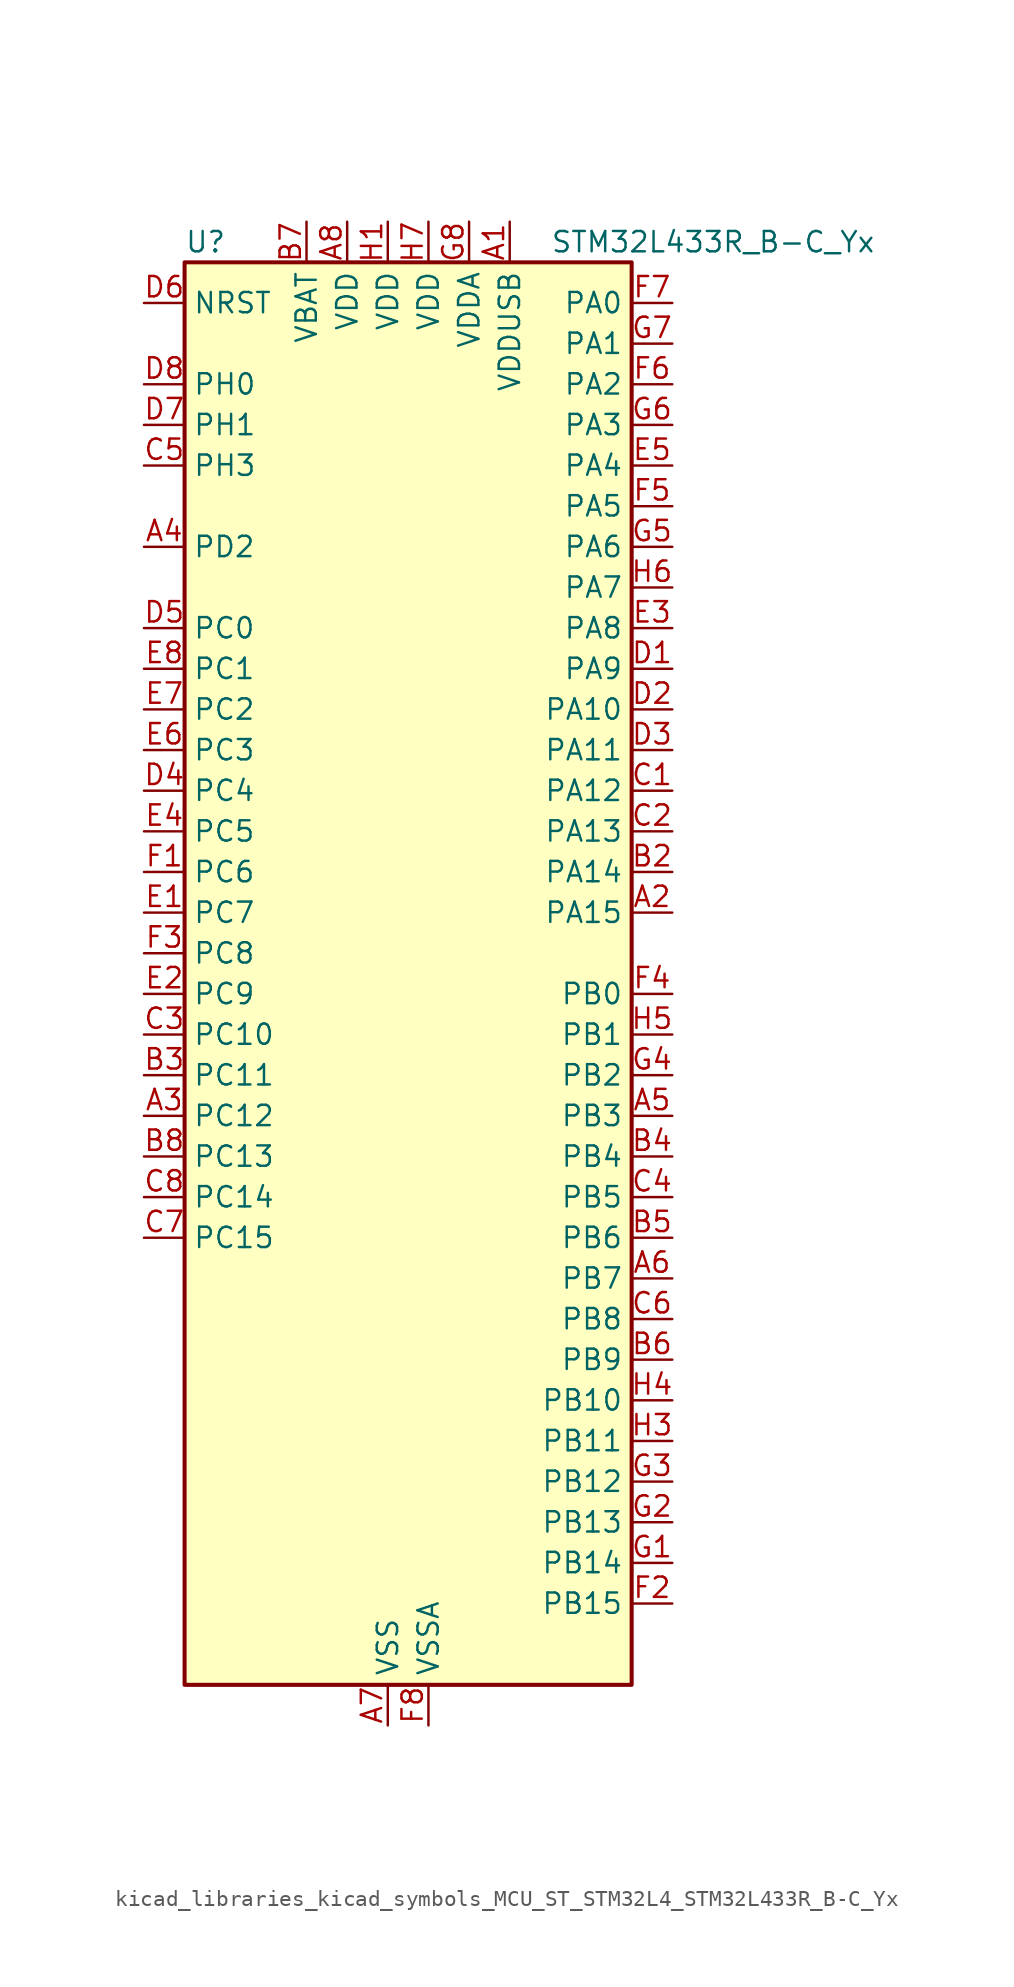
<source format=kicad_sym>
(kicad_symbol_lib
  (version 20220914)
  (generator kicad_symbol_editor)
  (symbol "kicad_libraries_kicad_symbols_MCU_ST_STM32L4_STM32L433R_B-C_Yx"
    (property "Reference" "U"
      (at -12.7 46.99 0)
      (effects (font (size 1.27 1.27)) (justify left)))
    (property "Value" "STM32L433R_B-C_Yx"
      (at 10.16 46.99 0)
      (effects (font (size 1.27 1.27)) (justify left)))
    (property "ki_locked" ""
      (at 0 0 0)
      (effects (font (size 1.27 1.27))))
    (symbol "kicad_libraries_kicad_symbols_MCU_ST_STM32L4_STM32L433R_B-C_Yx_0_1"
      (rectangle (start -12.7 -43.18) (end 15.24 45.72) (stroke (width 0.254) (type default)) (fill (type background))))
    (symbol "kicad_libraries_kicad_symbols_MCU_ST_STM32L4_STM32L433R_B-C_Yx_1_1"
      (pin power_in line (at 7.62 48.26 270) (length 2.54) (name "VDDUSB" (effects (font (size 1.27 1.27)))) (number "A1" (effects (font (size 1.27 1.27)))))
      (pin bidirectional line (at 17.78 5.08 180) (length 2.54) (name "PA15" (effects (font (size 1.27 1.27)))) (number "A2" (effects (font (size 1.27 1.27)))) (alternate "ADC1_EXTI15" bidirectional line) (alternate "LCD_SEG17" bidirectional line) (alternate "SPI1_NSS" bidirectional line) (alternate "SPI3_NSS" bidirectional line) (alternate "SWPMI1_SUSPEND" bidirectional line) (alternate "SYS_JTDI" bidirectional line) (alternate "TIM2_CH1" bidirectional line) (alternate "TIM2_ETR" bidirectional line) (alternate "TSC_G3_IO1" bidirectional line) (alternate "USART2_RX" bidirectional line) (alternate "USART3_DE" bidirectional line) (alternate "USART3_RTS" bidirectional line))
      (pin bidirectional line (at -15.24 -7.62 0) (length 2.54) (name "PC12" (effects (font (size 1.27 1.27)))) (number "A3" (effects (font (size 1.27 1.27)))) (alternate "LCD_COM6" bidirectional line) (alternate "LCD_SEG30" bidirectional line) (alternate "LCD_SEG42" bidirectional line) (alternate "SDMMC1_CK" bidirectional line) (alternate "SPI3_MOSI" bidirectional line) (alternate "TSC_G3_IO4" bidirectional line) (alternate "USART3_CK" bidirectional line))
      (pin bidirectional line (at -15.24 27.94 0) (length 2.54) (name "PD2" (effects (font (size 1.27 1.27)))) (number "A4" (effects (font (size 1.27 1.27)))) (alternate "LCD_COM7" bidirectional line) (alternate "LCD_SEG31" bidirectional line) (alternate "LCD_SEG43" bidirectional line) (alternate "SDMMC1_CMD" bidirectional line) (alternate "TSC_SYNC" bidirectional line) (alternate "USART3_DE" bidirectional line) (alternate "USART3_RTS" bidirectional line))
      (pin bidirectional line (at 17.78 -7.62 180) (length 2.54) (name "PB3" (effects (font (size 1.27 1.27)))) (number "A5" (effects (font (size 1.27 1.27)))) (alternate "COMP2_INM" bidirectional line) (alternate "LCD_SEG7" bidirectional line) (alternate "SAI1_SCK_B" bidirectional line) (alternate "SPI1_SCK" bidirectional line) (alternate "SPI3_SCK" bidirectional line) (alternate "SYS_JTDO-SWO" bidirectional line) (alternate "TIM2_CH2" bidirectional line) (alternate "USART1_DE" bidirectional line) (alternate "USART1_RTS" bidirectional line))
      (pin bidirectional line (at 17.78 -17.78 180) (length 2.54) (name "PB7" (effects (font (size 1.27 1.27)))) (number "A6" (effects (font (size 1.27 1.27)))) (alternate "COMP2_INM" bidirectional line) (alternate "I2C1_SDA" bidirectional line) (alternate "LCD_SEG21" bidirectional line) (alternate "LPTIM1_IN2" bidirectional line) (alternate "SYS_PVD_IN" bidirectional line) (alternate "TSC_G2_IO4" bidirectional line) (alternate "USART1_RX" bidirectional line))
      (pin power_in line (at 0 -45.72 90) (length 2.54) (name "VSS" (effects (font (size 1.27 1.27)))) (number "A7" (effects (font (size 1.27 1.27)))))
      (pin power_in line (at -2.54 48.26 270) (length 2.54) (name "VDD" (effects (font (size 1.27 1.27)))) (number "A8" (effects (font (size 1.27 1.27)))))
      (pin passive line (at 0 -45.72 90) (length 2.54) hide (name "VSS" (effects (font (size 1.27 1.27)))) (number "B1" (effects (font (size 1.27 1.27)))))
      (pin bidirectional line (at 17.78 7.62 180) (length 2.54) (name "PA14" (effects (font (size 1.27 1.27)))) (number "B2" (effects (font (size 1.27 1.27)))) (alternate "I2C1_SMBA" bidirectional line) (alternate "LPTIM1_OUT" bidirectional line) (alternate "SAI1_FS_B" bidirectional line) (alternate "SWPMI1_RX" bidirectional line) (alternate "SYS_JTCK-SWCLK" bidirectional line))
      (pin bidirectional line (at -15.24 -5.08 0) (length 2.54) (name "PC11" (effects (font (size 1.27 1.27)))) (number "B3" (effects (font (size 1.27 1.27)))) (alternate "ADC1_EXTI11" bidirectional line) (alternate "LCD_COM5" bidirectional line) (alternate "LCD_SEG29" bidirectional line) (alternate "LCD_SEG41" bidirectional line) (alternate "SDMMC1_D3" bidirectional line) (alternate "SPI3_MISO" bidirectional line) (alternate "TSC_G3_IO3" bidirectional line) (alternate "USART3_RX" bidirectional line))
      (pin bidirectional line (at 17.78 -10.16 180) (length 2.54) (name "PB4" (effects (font (size 1.27 1.27)))) (number "B4" (effects (font (size 1.27 1.27)))) (alternate "COMP2_INP" bidirectional line) (alternate "I2C3_SDA" bidirectional line) (alternate "LCD_SEG8" bidirectional line) (alternate "SAI1_MCLK_B" bidirectional line) (alternate "SPI1_MISO" bidirectional line) (alternate "SPI3_MISO" bidirectional line) (alternate "SYS_JTRST" bidirectional line) (alternate "TSC_G2_IO1" bidirectional line) (alternate "USART1_CTS" bidirectional line))
      (pin bidirectional line (at 17.78 -15.24 180) (length 2.54) (name "PB6" (effects (font (size 1.27 1.27)))) (number "B5" (effects (font (size 1.27 1.27)))) (alternate "COMP2_INP" bidirectional line) (alternate "I2C1_SCL" bidirectional line) (alternate "LPTIM1_ETR" bidirectional line) (alternate "SAI1_FS_B" bidirectional line) (alternate "TIM16_CH1N" bidirectional line) (alternate "TSC_G2_IO3" bidirectional line) (alternate "USART1_TX" bidirectional line))
      (pin bidirectional line (at 17.78 -22.86 180) (length 2.54) (name "PB9" (effects (font (size 1.27 1.27)))) (number "B6" (effects (font (size 1.27 1.27)))) (alternate "CAN1_TX" bidirectional line) (alternate "DAC1_EXTI9" bidirectional line) (alternate "I2C1_SDA" bidirectional line) (alternate "IR_OUT" bidirectional line) (alternate "LCD_COM3" bidirectional line) (alternate "SAI1_FS_A" bidirectional line) (alternate "SDMMC1_D5" bidirectional line) (alternate "SPI2_NSS" bidirectional line))
      (pin power_in line (at -5.08 48.26 270) (length 2.54) (name "VBAT" (effects (font (size 1.27 1.27)))) (number "B7" (effects (font (size 1.27 1.27)))))
      (pin bidirectional line (at -15.24 -10.16 0) (length 2.54) (name "PC13" (effects (font (size 1.27 1.27)))) (number "B8" (effects (font (size 1.27 1.27)))) (alternate "RTC_OUT_ALARM" bidirectional line) (alternate "RTC_OUT_CALIB" bidirectional line) (alternate "RTC_TAMP1" bidirectional line) (alternate "RTC_TS" bidirectional line) (alternate "SYS_WKUP2" bidirectional line))
      (pin bidirectional line (at 17.78 12.7 180) (length 2.54) (name "PA12" (effects (font (size 1.27 1.27)))) (number "C1" (effects (font (size 1.27 1.27)))) (alternate "CAN1_TX" bidirectional line) (alternate "SPI1_MOSI" bidirectional line) (alternate "TIM1_ETR" bidirectional line) (alternate "USART1_DE" bidirectional line) (alternate "USART1_RTS" bidirectional line) (alternate "USB_DP" bidirectional line))
      (pin bidirectional line (at 17.78 10.16 180) (length 2.54) (name "PA13" (effects (font (size 1.27 1.27)))) (number "C2" (effects (font (size 1.27 1.27)))) (alternate "IR_OUT" bidirectional line) (alternate "SAI1_SD_B" bidirectional line) (alternate "SWPMI1_TX" bidirectional line) (alternate "SYS_JTMS-SWDIO" bidirectional line) (alternate "USB_NOE" bidirectional line))
      (pin bidirectional line (at -15.24 -2.54 0) (length 2.54) (name "PC10" (effects (font (size 1.27 1.27)))) (number "C3" (effects (font (size 1.27 1.27)))) (alternate "LCD_COM4" bidirectional line) (alternate "LCD_SEG28" bidirectional line) (alternate "LCD_SEG40" bidirectional line) (alternate "SDMMC1_D2" bidirectional line) (alternate "SPI3_SCK" bidirectional line) (alternate "TSC_G3_IO2" bidirectional line) (alternate "USART3_TX" bidirectional line))
      (pin bidirectional line (at 17.78 -12.7 180) (length 2.54) (name "PB5" (effects (font (size 1.27 1.27)))) (number "C4" (effects (font (size 1.27 1.27)))) (alternate "COMP2_OUT" bidirectional line) (alternate "I2C1_SMBA" bidirectional line) (alternate "LCD_SEG9" bidirectional line) (alternate "LPTIM1_IN1" bidirectional line) (alternate "SAI1_SD_B" bidirectional line) (alternate "SPI1_MOSI" bidirectional line) (alternate "SPI3_MOSI" bidirectional line) (alternate "TIM16_BKIN" bidirectional line) (alternate "TSC_G2_IO2" bidirectional line) (alternate "USART1_CK" bidirectional line))
      (pin bidirectional line (at -15.24 33.02 0) (length 2.54) (name "PH3" (effects (font (size 1.27 1.27)))) (number "C5" (effects (font (size 1.27 1.27)))))
      (pin bidirectional line (at 17.78 -20.32 180) (length 2.54) (name "PB8" (effects (font (size 1.27 1.27)))) (number "C6" (effects (font (size 1.27 1.27)))) (alternate "CAN1_RX" bidirectional line) (alternate "I2C1_SCL" bidirectional line) (alternate "LCD_SEG16" bidirectional line) (alternate "SAI1_MCLK_A" bidirectional line) (alternate "SDMMC1_D4" bidirectional line) (alternate "TIM16_CH1" bidirectional line))
      (pin bidirectional line (at -15.24 -15.24 0) (length 2.54) (name "PC15" (effects (font (size 1.27 1.27)))) (number "C7" (effects (font (size 1.27 1.27)))) (alternate "ADC1_EXTI15" bidirectional line) (alternate "RCC_OSC32_OUT" bidirectional line))
      (pin bidirectional line (at -15.24 -12.7 0) (length 2.54) (name "PC14" (effects (font (size 1.27 1.27)))) (number "C8" (effects (font (size 1.27 1.27)))) (alternate "RCC_OSC32_IN" bidirectional line))
      (pin bidirectional line (at 17.78 20.32 180) (length 2.54) (name "PA9" (effects (font (size 1.27 1.27)))) (number "D1" (effects (font (size 1.27 1.27)))) (alternate "DAC1_EXTI9" bidirectional line) (alternate "I2C1_SCL" bidirectional line) (alternate "LCD_COM1" bidirectional line) (alternate "SAI1_FS_A" bidirectional line) (alternate "TIM15_BKIN" bidirectional line) (alternate "TIM1_CH2" bidirectional line) (alternate "USART1_TX" bidirectional line))
      (pin bidirectional line (at 17.78 17.78 180) (length 2.54) (name "PA10" (effects (font (size 1.27 1.27)))) (number "D2" (effects (font (size 1.27 1.27)))) (alternate "CRS_SYNC" bidirectional line) (alternate "I2C1_SDA" bidirectional line) (alternate "LCD_COM2" bidirectional line) (alternate "SAI1_SD_A" bidirectional line) (alternate "TIM1_CH3" bidirectional line) (alternate "USART1_RX" bidirectional line))
      (pin bidirectional line (at 17.78 15.24 180) (length 2.54) (name "PA11" (effects (font (size 1.27 1.27)))) (number "D3" (effects (font (size 1.27 1.27)))) (alternate "ADC1_EXTI11" bidirectional line) (alternate "CAN1_RX" bidirectional line) (alternate "COMP1_OUT" bidirectional line) (alternate "SPI1_MISO" bidirectional line) (alternate "TIM1_BKIN2" bidirectional line) (alternate "TIM1_BKIN2_COMP1" bidirectional line) (alternate "TIM1_CH4" bidirectional line) (alternate "USART1_CTS" bidirectional line) (alternate "USB_DM" bidirectional line))
      (pin bidirectional line (at -15.24 12.7 0) (length 2.54) (name "PC4" (effects (font (size 1.27 1.27)))) (number "D4" (effects (font (size 1.27 1.27)))) (alternate "ADC1_IN13" bidirectional line) (alternate "COMP1_INM" bidirectional line) (alternate "LCD_SEG22" bidirectional line) (alternate "USART3_TX" bidirectional line))
      (pin bidirectional line (at -15.24 22.86 0) (length 2.54) (name "PC0" (effects (font (size 1.27 1.27)))) (number "D5" (effects (font (size 1.27 1.27)))) (alternate "ADC1_IN1" bidirectional line) (alternate "I2C3_SCL" bidirectional line) (alternate "LCD_SEG18" bidirectional line) (alternate "LPTIM1_IN1" bidirectional line) (alternate "LPTIM2_IN1" bidirectional line) (alternate "LPUART1_RX" bidirectional line))
      (pin input line (at -15.24 43.18 0) (length 2.54) (name "NRST" (effects (font (size 1.27 1.27)))) (number "D6" (effects (font (size 1.27 1.27)))))
      (pin bidirectional line (at -15.24 35.56 0) (length 2.54) (name "PH1" (effects (font (size 1.27 1.27)))) (number "D7" (effects (font (size 1.27 1.27)))) (alternate "RCC_OSC_OUT" bidirectional line))
      (pin bidirectional line (at -15.24 38.1 0) (length 2.54) (name "PH0" (effects (font (size 1.27 1.27)))) (number "D8" (effects (font (size 1.27 1.27)))) (alternate "RCC_OSC_IN" bidirectional line))
      (pin bidirectional line (at -15.24 5.08 0) (length 2.54) (name "PC7" (effects (font (size 1.27 1.27)))) (number "E1" (effects (font (size 1.27 1.27)))) (alternate "LCD_SEG25" bidirectional line) (alternate "SDMMC1_D7" bidirectional line) (alternate "TSC_G4_IO2" bidirectional line))
      (pin bidirectional line (at -15.24 0 0) (length 2.54) (name "PC9" (effects (font (size 1.27 1.27)))) (number "E2" (effects (font (size 1.27 1.27)))) (alternate "DAC1_EXTI9" bidirectional line) (alternate "LCD_SEG27" bidirectional line) (alternate "SDMMC1_D1" bidirectional line) (alternate "TSC_G4_IO4" bidirectional line) (alternate "USB_NOE" bidirectional line))
      (pin bidirectional line (at 17.78 22.86 180) (length 2.54) (name "PA8" (effects (font (size 1.27 1.27)))) (number "E3" (effects (font (size 1.27 1.27)))) (alternate "LCD_COM0" bidirectional line) (alternate "LPTIM2_OUT" bidirectional line) (alternate "RCC_MCO" bidirectional line) (alternate "SAI1_SCK_A" bidirectional line) (alternate "SWPMI1_IO" bidirectional line) (alternate "TIM1_CH1" bidirectional line) (alternate "USART1_CK" bidirectional line))
      (pin bidirectional line (at -15.24 10.16 0) (length 2.54) (name "PC5" (effects (font (size 1.27 1.27)))) (number "E4" (effects (font (size 1.27 1.27)))) (alternate "ADC1_IN14" bidirectional line) (alternate "COMP1_INP" bidirectional line) (alternate "LCD_SEG23" bidirectional line) (alternate "SYS_WKUP5" bidirectional line) (alternate "USART3_RX" bidirectional line))
      (pin bidirectional line (at 17.78 33.02 180) (length 2.54) (name "PA4" (effects (font (size 1.27 1.27)))) (number "E5" (effects (font (size 1.27 1.27)))) (alternate "ADC1_IN9" bidirectional line) (alternate "COMP1_INM" bidirectional line) (alternate "COMP2_INM" bidirectional line) (alternate "DAC1_OUT1" bidirectional line) (alternate "LPTIM2_OUT" bidirectional line) (alternate "SAI1_FS_B" bidirectional line) (alternate "SPI1_NSS" bidirectional line) (alternate "SPI3_NSS" bidirectional line) (alternate "USART2_CK" bidirectional line))
      (pin bidirectional line (at -15.24 15.24 0) (length 2.54) (name "PC3" (effects (font (size 1.27 1.27)))) (number "E6" (effects (font (size 1.27 1.27)))) (alternate "ADC1_IN4" bidirectional line) (alternate "LCD_VLCD" bidirectional line) (alternate "LPTIM1_ETR" bidirectional line) (alternate "LPTIM2_ETR" bidirectional line) (alternate "SAI1_SD_A" bidirectional line) (alternate "SPI2_MOSI" bidirectional line))
      (pin bidirectional line (at -15.24 17.78 0) (length 2.54) (name "PC2" (effects (font (size 1.27 1.27)))) (number "E7" (effects (font (size 1.27 1.27)))) (alternate "ADC1_IN3" bidirectional line) (alternate "LCD_SEG20" bidirectional line) (alternate "LPTIM1_IN2" bidirectional line) (alternate "SPI2_MISO" bidirectional line))
      (pin bidirectional line (at -15.24 20.32 0) (length 2.54) (name "PC1" (effects (font (size 1.27 1.27)))) (number "E8" (effects (font (size 1.27 1.27)))) (alternate "ADC1_IN2" bidirectional line) (alternate "I2C3_SDA" bidirectional line) (alternate "LCD_SEG19" bidirectional line) (alternate "LPTIM1_OUT" bidirectional line) (alternate "LPUART1_TX" bidirectional line))
      (pin bidirectional line (at -15.24 7.62 0) (length 2.54) (name "PC6" (effects (font (size 1.27 1.27)))) (number "F1" (effects (font (size 1.27 1.27)))) (alternate "LCD_SEG24" bidirectional line) (alternate "SDMMC1_D6" bidirectional line) (alternate "TSC_G4_IO1" bidirectional line))
      (pin bidirectional line (at 17.78 -38.1 180) (length 2.54) (name "PB15" (effects (font (size 1.27 1.27)))) (number "F2" (effects (font (size 1.27 1.27)))) (alternate "ADC1_EXTI15" bidirectional line) (alternate "LCD_SEG15" bidirectional line) (alternate "RTC_REFIN" bidirectional line) (alternate "SAI1_SD_A" bidirectional line) (alternate "SPI2_MOSI" bidirectional line) (alternate "SWPMI1_SUSPEND" bidirectional line) (alternate "TIM15_CH2" bidirectional line) (alternate "TIM1_CH3N" bidirectional line) (alternate "TSC_G1_IO4" bidirectional line))
      (pin bidirectional line (at -15.24 2.54 0) (length 2.54) (name "PC8" (effects (font (size 1.27 1.27)))) (number "F3" (effects (font (size 1.27 1.27)))) (alternate "LCD_SEG26" bidirectional line) (alternate "SDMMC1_D0" bidirectional line) (alternate "TSC_G4_IO3" bidirectional line))
      (pin bidirectional line (at 17.78 0 180) (length 2.54) (name "PB0" (effects (font (size 1.27 1.27)))) (number "F4" (effects (font (size 1.27 1.27)))) (alternate "ADC1_IN15" bidirectional line) (alternate "COMP1_OUT" bidirectional line) (alternate "LCD_SEG5" bidirectional line) (alternate "QUADSPI_BK1_IO1" bidirectional line) (alternate "SAI1_EXTCLK" bidirectional line) (alternate "SPI1_NSS" bidirectional line) (alternate "TIM1_CH2N" bidirectional line) (alternate "USART3_CK" bidirectional line))
      (pin bidirectional line (at 17.78 30.48 180) (length 2.54) (name "PA5" (effects (font (size 1.27 1.27)))) (number "F5" (effects (font (size 1.27 1.27)))) (alternate "ADC1_IN10" bidirectional line) (alternate "COMP1_INM" bidirectional line) (alternate "COMP2_INM" bidirectional line) (alternate "DAC1_OUT2" bidirectional line) (alternate "LPTIM2_ETR" bidirectional line) (alternate "SPI1_SCK" bidirectional line) (alternate "TIM2_CH1" bidirectional line) (alternate "TIM2_ETR" bidirectional line))
      (pin bidirectional line (at 17.78 38.1 180) (length 2.54) (name "PA2" (effects (font (size 1.27 1.27)))) (number "F6" (effects (font (size 1.27 1.27)))) (alternate "ADC1_IN7" bidirectional line) (alternate "COMP2_INM" bidirectional line) (alternate "COMP2_OUT" bidirectional line) (alternate "LCD_SEG1" bidirectional line) (alternate "LPUART1_TX" bidirectional line) (alternate "QUADSPI_BK1_NCS" bidirectional line) (alternate "RCC_LSCO" bidirectional line) (alternate "SYS_WKUP4" bidirectional line) (alternate "TIM15_CH1" bidirectional line) (alternate "TIM2_CH3" bidirectional line) (alternate "USART2_TX" bidirectional line))
      (pin bidirectional line (at 17.78 43.18 180) (length 2.54) (name "PA0" (effects (font (size 1.27 1.27)))) (number "F7" (effects (font (size 1.27 1.27)))) (alternate "ADC1_IN5" bidirectional line) (alternate "COMP1_INM" bidirectional line) (alternate "COMP1_OUT" bidirectional line) (alternate "OPAMP1_VINP" bidirectional line) (alternate "RTC_TAMP2" bidirectional line) (alternate "SAI1_EXTCLK" bidirectional line) (alternate "SYS_WKUP1" bidirectional line) (alternate "TIM2_CH1" bidirectional line) (alternate "TIM2_ETR" bidirectional line) (alternate "USART2_CTS" bidirectional line))
      (pin power_in line (at 2.54 -45.72 90) (length 2.54) (name "VSSA" (effects (font (size 1.27 1.27)))) (number "F8" (effects (font (size 1.27 1.27)))))
      (pin bidirectional line (at 17.78 -35.56 180) (length 2.54) (name "PB14" (effects (font (size 1.27 1.27)))) (number "G1" (effects (font (size 1.27 1.27)))) (alternate "I2C2_SDA" bidirectional line) (alternate "LCD_SEG14" bidirectional line) (alternate "SAI1_MCLK_A" bidirectional line) (alternate "SPI2_MISO" bidirectional line) (alternate "SWPMI1_RX" bidirectional line) (alternate "TIM15_CH1" bidirectional line) (alternate "TIM1_CH2N" bidirectional line) (alternate "TSC_G1_IO3" bidirectional line) (alternate "USART3_DE" bidirectional line) (alternate "USART3_RTS" bidirectional line))
      (pin bidirectional line (at 17.78 -33.02 180) (length 2.54) (name "PB13" (effects (font (size 1.27 1.27)))) (number "G2" (effects (font (size 1.27 1.27)))) (alternate "I2C2_SCL" bidirectional line) (alternate "LCD_SEG13" bidirectional line) (alternate "LPUART1_CTS" bidirectional line) (alternate "SAI1_SCK_A" bidirectional line) (alternate "SPI2_SCK" bidirectional line) (alternate "SWPMI1_TX" bidirectional line) (alternate "TIM15_CH1N" bidirectional line) (alternate "TIM1_CH1N" bidirectional line) (alternate "TSC_G1_IO2" bidirectional line) (alternate "USART3_CTS" bidirectional line))
      (pin bidirectional line (at 17.78 -30.48 180) (length 2.54) (name "PB12" (effects (font (size 1.27 1.27)))) (number "G3" (effects (font (size 1.27 1.27)))) (alternate "I2C2_SMBA" bidirectional line) (alternate "LCD_SEG12" bidirectional line) (alternate "LPUART1_DE" bidirectional line) (alternate "LPUART1_RTS" bidirectional line) (alternate "SAI1_FS_A" bidirectional line) (alternate "SPI2_NSS" bidirectional line) (alternate "SWPMI1_IO" bidirectional line) (alternate "TIM15_BKIN" bidirectional line) (alternate "TIM1_BKIN" bidirectional line) (alternate "TIM1_BKIN_COMP2" bidirectional line) (alternate "TSC_G1_IO1" bidirectional line) (alternate "USART3_CK" bidirectional line))
      (pin bidirectional line (at 17.78 -5.08 180) (length 2.54) (name "PB2" (effects (font (size 1.27 1.27)))) (number "G4" (effects (font (size 1.27 1.27)))) (alternate "COMP1_INP" bidirectional line) (alternate "I2C3_SMBA" bidirectional line) (alternate "LCD_VLCD" bidirectional line) (alternate "LPTIM1_OUT" bidirectional line) (alternate "RTC_OUT_ALARM" bidirectional line) (alternate "RTC_OUT_CALIB" bidirectional line))
      (pin bidirectional line (at 17.78 27.94 180) (length 2.54) (name "PA6" (effects (font (size 1.27 1.27)))) (number "G5" (effects (font (size 1.27 1.27)))) (alternate "ADC1_IN11" bidirectional line) (alternate "COMP1_OUT" bidirectional line) (alternate "LCD_SEG3" bidirectional line) (alternate "LPUART1_CTS" bidirectional line) (alternate "QUADSPI_BK1_IO3" bidirectional line) (alternate "SPI1_MISO" bidirectional line) (alternate "TIM16_CH1" bidirectional line) (alternate "TIM1_BKIN" bidirectional line) (alternate "TIM1_BKIN_COMP2" bidirectional line) (alternate "USART3_CTS" bidirectional line))
      (pin bidirectional line (at 17.78 35.56 180) (length 2.54) (name "PA3" (effects (font (size 1.27 1.27)))) (number "G6" (effects (font (size 1.27 1.27)))) (alternate "ADC1_IN8" bidirectional line) (alternate "COMP2_INP" bidirectional line) (alternate "LCD_SEG2" bidirectional line) (alternate "LPUART1_RX" bidirectional line) (alternate "OPAMP1_VOUT" bidirectional line) (alternate "QUADSPI_CLK" bidirectional line) (alternate "SAI1_MCLK_A" bidirectional line) (alternate "TIM15_CH2" bidirectional line) (alternate "TIM2_CH4" bidirectional line) (alternate "USART2_RX" bidirectional line))
      (pin bidirectional line (at 17.78 40.64 180) (length 2.54) (name "PA1" (effects (font (size 1.27 1.27)))) (number "G7" (effects (font (size 1.27 1.27)))) (alternate "ADC1_IN6" bidirectional line) (alternate "COMP1_INP" bidirectional line) (alternate "I2C1_SMBA" bidirectional line) (alternate "LCD_SEG0" bidirectional line) (alternate "OPAMP1_VINM" bidirectional line) (alternate "SPI1_SCK" bidirectional line) (alternate "TIM15_CH1N" bidirectional line) (alternate "TIM2_CH2" bidirectional line) (alternate "USART2_DE" bidirectional line) (alternate "USART2_RTS" bidirectional line))
      (pin power_in line (at 5.08 48.26 270) (length 2.54) (name "VDDA" (effects (font (size 1.27 1.27)))) (number "G8" (effects (font (size 1.27 1.27)))))
      (pin power_in line (at 0 48.26 270) (length 2.54) (name "VDD" (effects (font (size 1.27 1.27)))) (number "H1" (effects (font (size 1.27 1.27)))))
      (pin passive line (at 0 -45.72 90) (length 2.54) hide (name "VSS" (effects (font (size 1.27 1.27)))) (number "H2" (effects (font (size 1.27 1.27)))))
      (pin bidirectional line (at 17.78 -27.94 180) (length 2.54) (name "PB11" (effects (font (size 1.27 1.27)))) (number "H3" (effects (font (size 1.27 1.27)))) (alternate "ADC1_EXTI11" bidirectional line) (alternate "COMP2_OUT" bidirectional line) (alternate "I2C2_SDA" bidirectional line) (alternate "LCD_SEG11" bidirectional line) (alternate "LPUART1_TX" bidirectional line) (alternate "QUADSPI_BK1_NCS" bidirectional line) (alternate "TIM2_CH4" bidirectional line) (alternate "USART3_RX" bidirectional line))
      (pin bidirectional line (at 17.78 -25.4 180) (length 2.54) (name "PB10" (effects (font (size 1.27 1.27)))) (number "H4" (effects (font (size 1.27 1.27)))) (alternate "COMP1_OUT" bidirectional line) (alternate "I2C2_SCL" bidirectional line) (alternate "LCD_SEG10" bidirectional line) (alternate "LPUART1_RX" bidirectional line) (alternate "QUADSPI_CLK" bidirectional line) (alternate "SAI1_SCK_A" bidirectional line) (alternate "SPI2_SCK" bidirectional line) (alternate "TIM2_CH3" bidirectional line) (alternate "TSC_SYNC" bidirectional line) (alternate "USART3_TX" bidirectional line))
      (pin bidirectional line (at 17.78 -2.54 180) (length 2.54) (name "PB1" (effects (font (size 1.27 1.27)))) (number "H5" (effects (font (size 1.27 1.27)))) (alternate "ADC1_IN16" bidirectional line) (alternate "COMP1_INM" bidirectional line) (alternate "LCD_SEG6" bidirectional line) (alternate "LPTIM2_IN1" bidirectional line) (alternate "LPUART1_DE" bidirectional line) (alternate "LPUART1_RTS" bidirectional line) (alternate "QUADSPI_BK1_IO0" bidirectional line) (alternate "TIM1_CH3N" bidirectional line) (alternate "USART3_DE" bidirectional line) (alternate "USART3_RTS" bidirectional line))
      (pin bidirectional line (at 17.78 25.4 180) (length 2.54) (name "PA7" (effects (font (size 1.27 1.27)))) (number "H6" (effects (font (size 1.27 1.27)))) (alternate "ADC1_IN12" bidirectional line) (alternate "COMP2_OUT" bidirectional line) (alternate "I2C3_SCL" bidirectional line) (alternate "LCD_SEG4" bidirectional line) (alternate "QUADSPI_BK1_IO2" bidirectional line) (alternate "SPI1_MOSI" bidirectional line) (alternate "TIM1_CH1N" bidirectional line))
      (pin power_in line (at 2.54 48.26 270) (length 2.54) (name "VDD" (effects (font (size 1.27 1.27)))) (number "H7" (effects (font (size 1.27 1.27)))))
      (pin passive line (at 0 -45.72 90) (length 2.54) hide (name "VSS" (effects (font (size 1.27 1.27)))) (number "H8" (effects (font (size 1.27 1.27))))))))
</source>
